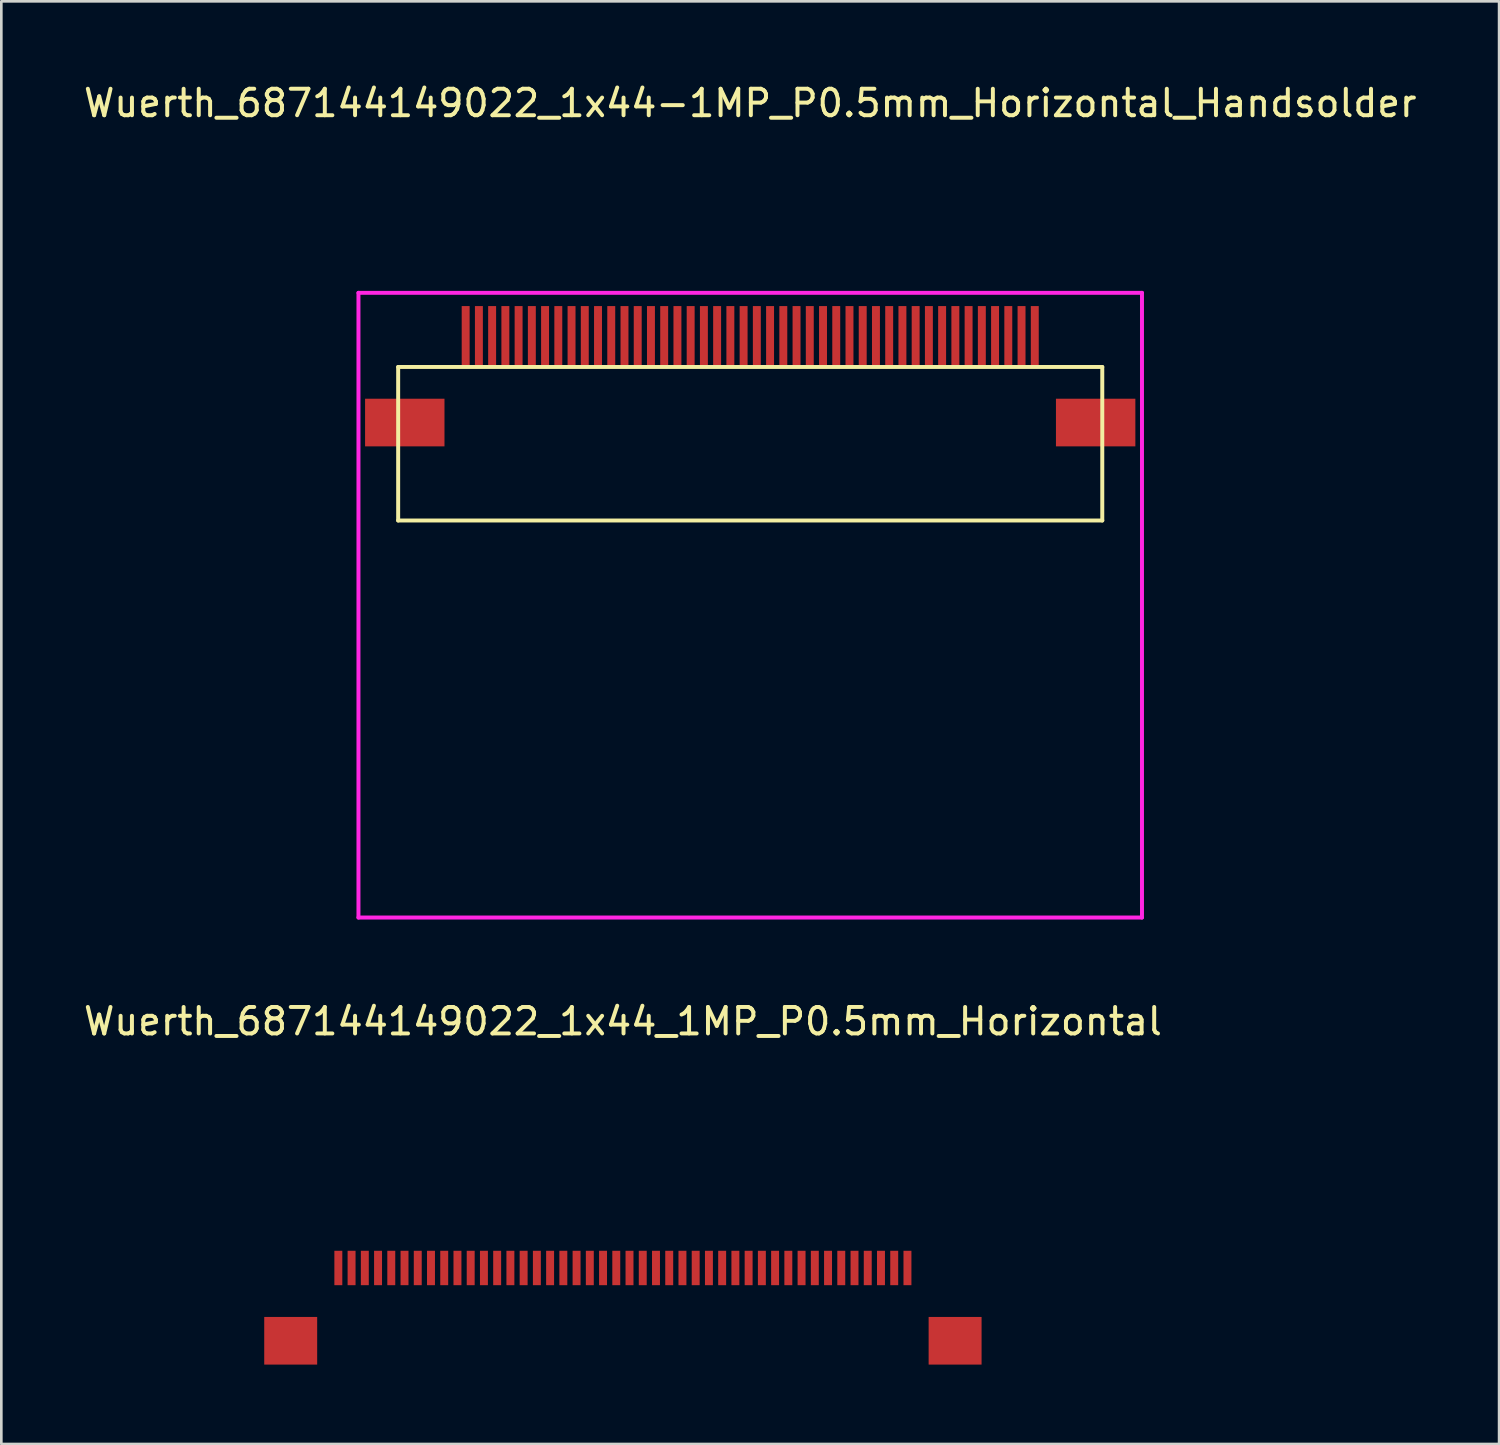
<source format=kicad_pcb>
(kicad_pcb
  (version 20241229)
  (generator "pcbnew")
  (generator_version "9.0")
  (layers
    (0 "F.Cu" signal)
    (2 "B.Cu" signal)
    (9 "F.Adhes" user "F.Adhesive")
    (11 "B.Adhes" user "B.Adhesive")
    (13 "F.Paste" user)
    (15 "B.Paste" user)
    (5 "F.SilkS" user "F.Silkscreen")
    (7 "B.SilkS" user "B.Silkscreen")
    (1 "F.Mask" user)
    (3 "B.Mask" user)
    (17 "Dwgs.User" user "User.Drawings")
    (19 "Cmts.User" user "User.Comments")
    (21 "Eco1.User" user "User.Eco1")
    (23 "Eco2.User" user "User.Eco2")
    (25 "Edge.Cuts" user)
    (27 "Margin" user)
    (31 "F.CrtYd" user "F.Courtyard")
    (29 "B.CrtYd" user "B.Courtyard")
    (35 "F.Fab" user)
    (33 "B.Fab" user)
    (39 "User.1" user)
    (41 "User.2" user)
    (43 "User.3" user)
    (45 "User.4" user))
  (footprint "Wuerth_687144149022_1x44-1MP_P0.5mm_Horizontal_Handsolder"
    (layer "F.Cu")
    (at 25.292 12.913)
    (property "Reference" "Wuerth_687144149022_1x44-1MP_P0.5mm_Horizontal_Handsolder" (at 0 -12.065 0) (layer "F.SilkS") (effects (font (size 1 1) (thickness 0.15))))
    (attr through_hole)
    (fp_line (start -13.3 -2.1) (end 13.3 -2.1) (stroke (width 0.15) (type solid)) (layer "F.SilkS"))
    (fp_line (start -13.3 3.7) (end -13.3 -2.1) (stroke (width 0.15) (type solid)) (layer "F.SilkS"))
    (fp_line (start 13.3 -2.1) (end 13.3 3.7) (stroke (width 0.15) (type solid)) (layer "F.SilkS"))
    (fp_line (start 13.3 3.7) (end -13.3 3.7) (stroke (width 0.15) (type solid)) (layer "F.SilkS"))
    (fp_line (start -14.8 -4.9) (end 14.8 -4.9) (stroke (width 0.15) (type solid)) (layer "F.CrtYd"))
    (fp_line (start -14.8 18.7) (end -14.8 -4.9) (stroke (width 0.15) (type solid)) (layer "F.CrtYd"))
    (fp_line (start 14.8 -4.9) (end 14.8 18.7) (stroke (width 0.15) (type solid)) (layer "F.CrtYd"))
    (fp_line (start 14.8 18.7) (end -14.8 18.7) (stroke (width 0.15) (type solid)) (layer "F.CrtYd"))
    (pad "1" smd rect (at -10.75 -3.25) (size 0.3 2.3) (layers "F.Cu" "F.Mask"))
    (pad "2" smd rect (at -10.25 -3.25) (size 0.3 2.3) (layers "F.Cu" "F.Mask"))
    (pad "3" smd rect (at -9.75 -3.25) (size 0.3 2.3) (layers "F.Cu" "F.Mask"))
    (pad "4" smd rect (at -9.25 -3.25) (size 0.3 2.3) (layers "F.Cu" "F.Mask"))
    (pad "5" smd rect (at -8.75 -3.25) (size 0.3 2.3) (layers "F.Cu" "F.Mask"))
    (pad "6" smd rect (at -8.25 -3.25) (size 0.3 2.3) (layers "F.Cu" "F.Mask"))
    (pad "7" smd rect (at -7.75 -3.25) (size 0.3 2.3) (layers "F.Cu" "F.Mask"))
    (pad "8" smd rect (at -7.25 -3.25) (size 0.3 2.3) (layers "F.Cu" "F.Mask"))
    (pad "9" smd rect (at -6.75 -3.25) (size 0.3 2.3) (layers "F.Cu" "F.Mask"))
    (pad "10" smd rect (at -6.25 -3.25) (size 0.3 2.3) (layers "F.Cu" "F.Mask"))
    (pad "11" smd rect (at -5.75 -3.25) (size 0.3 2.3) (layers "F.Cu" "F.Mask"))
    (pad "12" smd rect (at -5.25 -3.25) (size 0.3 2.3) (layers "F.Cu" "F.Mask"))
    (pad "13" smd rect (at -4.75 -3.25) (size 0.3 2.3) (layers "F.Cu" "F.Mask"))
    (pad "14" smd rect (at -4.25 -3.25) (size 0.3 2.3) (layers "F.Cu" "F.Mask"))
    (pad "15" smd rect (at -3.75 -3.25) (size 0.3 2.3) (layers "F.Cu" "F.Mask"))
    (pad "16" smd rect (at -3.25 -3.25) (size 0.3 2.3) (layers "F.Cu" "F.Mask"))
    (pad "17" smd rect (at -2.75 -3.25) (size 0.3 2.3) (layers "F.Cu" "F.Mask"))
    (pad "18" smd rect (at -2.25 -3.25) (size 0.3 2.3) (layers "F.Cu" "F.Mask"))
    (pad "19" smd rect (at -1.75 -3.25) (size 0.3 2.3) (layers "F.Cu" "F.Mask"))
    (pad "20" smd rect (at -1.25 -3.25) (size 0.3 2.3) (layers "F.Cu" "F.Mask"))
    (pad "21" smd rect (at -0.75 -3.25) (size 0.3 2.3) (layers "F.Cu" "F.Mask"))
    (pad "22" smd rect (at -0.25 -3.25) (size 0.3 2.3) (layers "F.Cu" "F.Mask"))
    (pad "23" smd rect (at 0.25 -3.25) (size 0.3 2.3) (layers "F.Cu" "F.Mask"))
    (pad "24" smd rect (at 0.75 -3.25) (size 0.3 2.3) (layers "F.Cu" "F.Mask"))
    (pad "25" smd rect (at 1.25 -3.25) (size 0.3 2.3) (layers "F.Cu" "F.Mask"))
    (pad "26" smd rect (at 1.75 -3.25) (size 0.3 2.3) (layers "F.Cu" "F.Mask"))
    (pad "27" smd rect (at 2.25 -3.25) (size 0.3 2.3) (layers "F.Cu" "F.Mask"))
    (pad "28" smd rect (at 2.75 -3.25) (size 0.3 2.3) (layers "F.Cu" "F.Mask"))
    (pad "29" smd rect (at 3.25 -3.25) (size 0.3 2.3) (layers "F.Cu" "F.Mask"))
    (pad "30" smd rect (at 3.75 -3.25) (size 0.3 2.3) (layers "F.Cu" "F.Mask"))
    (pad "31" smd rect (at 4.25 -3.25) (size 0.3 2.3) (layers "F.Cu" "F.Mask"))
    (pad "32" smd rect (at 4.75 -3.25) (size 0.3 2.3) (layers "F.Cu" "F.Mask"))
    (pad "33" smd rect (at 5.25 -3.25) (size 0.3 2.3) (layers "F.Cu" "F.Mask"))
    (pad "34" smd rect (at 5.75 -3.25) (size 0.3 2.3) (layers "F.Cu" "F.Mask"))
    (pad "35" smd rect (at 6.25 -3.25) (size 0.3 2.3) (layers "F.Cu" "F.Mask"))
    (pad "36" smd rect (at 6.75 -3.25) (size 0.3 2.3) (layers "F.Cu" "F.Mask"))
    (pad "37" smd rect (at 7.25 -3.25) (size 0.3 2.3) (layers "F.Cu" "F.Mask"))
    (pad "38" smd rect (at 7.75 -3.25) (size 0.3 2.3) (layers "F.Cu" "F.Mask"))
    (pad "39" smd rect (at 8.25 -3.25) (size 0.3 2.3) (layers "F.Cu" "F.Mask"))
    (pad "40" smd rect (at 8.75 -3.25) (size 0.3 2.3) (layers "F.Cu" "F.Mask"))
    (pad "41" smd rect (at 9.25 -3.25) (size 0.3 2.3) (layers "F.Cu" "F.Mask"))
    (pad "42" smd rect (at 9.75 -3.25) (size 0.3 2.3) (layers "F.Cu" "F.Mask"))
    (pad "43" smd rect (at 10.25 -3.25) (size 0.3 2.3) (layers "F.Cu" "F.Mask"))
    (pad "44" smd rect (at 10.75 -3.25) (size 0.3 2.3) (layers "F.Cu" "F.Mask"))
    (pad "MP" smd rect (at -13.05 0) (size 3 1.8) (layers "F.Cu" "F.Mask"))
    (pad "MP" smd rect (at 13.05 0) (size 3 1.8) (layers "F.Cu" "F.Mask")))
  (footprint "Wuerth_687144149022_1x44_1MP_P0.5mm_Horizontal"
    (layer "F.Cu")
    (at 20.482 47.602)
    (property "Reference" "Wuerth_687144149022_1x44_1MP_P0.5mm_Horizontal" (at 0 -12.065 0) (layer "F.SilkS") (effects (font (size 1 1) (thickness 0.15))))
    (attr through_hole)
    (pad "1" smd rect (at -10.75 -2.75) (size 0.3 1.3) (layers "F.Cu" "F.Mask"))
    (pad "2" smd rect (at -10.25 -2.75) (size 0.3 1.3) (layers "F.Cu" "F.Mask"))
    (pad "3" smd rect (at -9.75 -2.75) (size 0.3 1.3) (layers "F.Cu" "F.Mask"))
    (pad "4" smd rect (at -9.25 -2.75) (size 0.3 1.3) (layers "F.Cu" "F.Mask"))
    (pad "5" smd rect (at -8.75 -2.75) (size 0.3 1.3) (layers "F.Cu" "F.Mask"))
    (pad "6" smd rect (at -8.25 -2.75) (size 0.3 1.3) (layers "F.Cu" "F.Mask"))
    (pad "7" smd rect (at -7.75 -2.75) (size 0.3 1.3) (layers "F.Cu" "F.Mask"))
    (pad "8" smd rect (at -7.25 -2.75) (size 0.3 1.3) (layers "F.Cu" "F.Mask"))
    (pad "9" smd rect (at -6.75 -2.75) (size 0.3 1.3) (layers "F.Cu" "F.Mask"))
    (pad "10" smd rect (at -6.25 -2.75) (size 0.3 1.3) (layers "F.Cu" "F.Mask"))
    (pad "11" smd rect (at -5.75 -2.75) (size 0.3 1.3) (layers "F.Cu" "F.Mask"))
    (pad "12" smd rect (at -5.25 -2.75) (size 0.3 1.3) (layers "F.Cu" "F.Mask"))
    (pad "13" smd rect (at -4.75 -2.75) (size 0.3 1.3) (layers "F.Cu" "F.Mask"))
    (pad "14" smd rect (at -4.25 -2.75) (size 0.3 1.3) (layers "F.Cu" "F.Mask"))
    (pad "15" smd rect (at -3.75 -2.75) (size 0.3 1.3) (layers "F.Cu" "F.Mask"))
    (pad "16" smd rect (at -3.25 -2.75) (size 0.3 1.3) (layers "F.Cu" "F.Mask"))
    (pad "17" smd rect (at -2.75 -2.75) (size 0.3 1.3) (layers "F.Cu" "F.Mask"))
    (pad "18" smd rect (at -2.25 -2.75) (size 0.3 1.3) (layers "F.Cu" "F.Mask"))
    (pad "19" smd rect (at -1.75 -2.75) (size 0.3 1.3) (layers "F.Cu" "F.Mask"))
    (pad "20" smd rect (at -1.25 -2.75) (size 0.3 1.3) (layers "F.Cu" "F.Mask"))
    (pad "21" smd rect (at -0.75 -2.75) (size 0.3 1.3) (layers "F.Cu" "F.Mask"))
    (pad "22" smd rect (at -0.25 -2.75) (size 0.3 1.3) (layers "F.Cu" "F.Mask"))
    (pad "23" smd rect (at 0.25 -2.75) (size 0.3 1.3) (layers "F.Cu" "F.Mask"))
    (pad "24" smd rect (at 0.75 -2.75) (size 0.3 1.3) (layers "F.Cu" "F.Mask"))
    (pad "25" smd rect (at 1.25 -2.75) (size 0.3 1.3) (layers "F.Cu" "F.Mask"))
    (pad "26" smd rect (at 1.75 -2.75) (size 0.3 1.3) (layers "F.Cu" "F.Mask"))
    (pad "27" smd rect (at 2.25 -2.75) (size 0.3 1.3) (layers "F.Cu" "F.Mask"))
    (pad "28" smd rect (at 2.75 -2.75) (size 0.3 1.3) (layers "F.Cu" "F.Mask"))
    (pad "29" smd rect (at 3.25 -2.75) (size 0.3 1.3) (layers "F.Cu" "F.Mask"))
    (pad "30" smd rect (at 3.75 -2.75) (size 0.3 1.3) (layers "F.Cu" "F.Mask"))
    (pad "31" smd rect (at 4.25 -2.75) (size 0.3 1.3) (layers "F.Cu" "F.Mask"))
    (pad "32" smd rect (at 4.75 -2.75) (size 0.3 1.3) (layers "F.Cu" "F.Mask"))
    (pad "33" smd rect (at 5.25 -2.75) (size 0.3 1.3) (layers "F.Cu" "F.Mask"))
    (pad "34" smd rect (at 5.75 -2.75) (size 0.3 1.3) (layers "F.Cu" "F.Mask"))
    (pad "35" smd rect (at 6.25 -2.75) (size 0.3 1.3) (layers "F.Cu" "F.Mask"))
    (pad "36" smd rect (at 6.75 -2.75) (size 0.3 1.3) (layers "F.Cu" "F.Mask"))
    (pad "37" smd rect (at 7.25 -2.75) (size 0.3 1.3) (layers "F.Cu" "F.Mask"))
    (pad "38" smd rect (at 7.75 -2.75) (size 0.3 1.3) (layers "F.Cu" "F.Mask"))
    (pad "39" smd rect (at 8.25 -2.75) (size 0.3 1.3) (layers "F.Cu" "F.Mask"))
    (pad "40" smd rect (at 8.75 -2.75) (size 0.3 1.3) (layers "F.Cu" "F.Mask"))
    (pad "41" smd rect (at 9.25 -2.75) (size 0.3 1.3) (layers "F.Cu" "F.Mask"))
    (pad "42" smd rect (at 9.75 -2.75) (size 0.3 1.3) (layers "F.Cu" "F.Mask"))
    (pad "43" smd rect (at 10.25 -2.75) (size 0.3 1.3) (layers "F.Cu" "F.Mask"))
    (pad "44" smd rect (at 10.75 -2.75) (size 0.3 1.3) (layers "F.Cu" "F.Mask"))
    (pad "MP" smd rect (at -12.55 0) (size 2 1.8) (layers "F.Cu" "F.Mask"))
    (pad "MP" smd rect (at 12.55 0) (size 2 1.8) (layers "F.Cu" "F.Mask")))
  (gr_rect
    (start -3 -3)
    (end 53.583 51.502)
    (stroke (width 0.1) (type default))
    (fill no)
    (layer "Edge.Cuts")))
</source>
